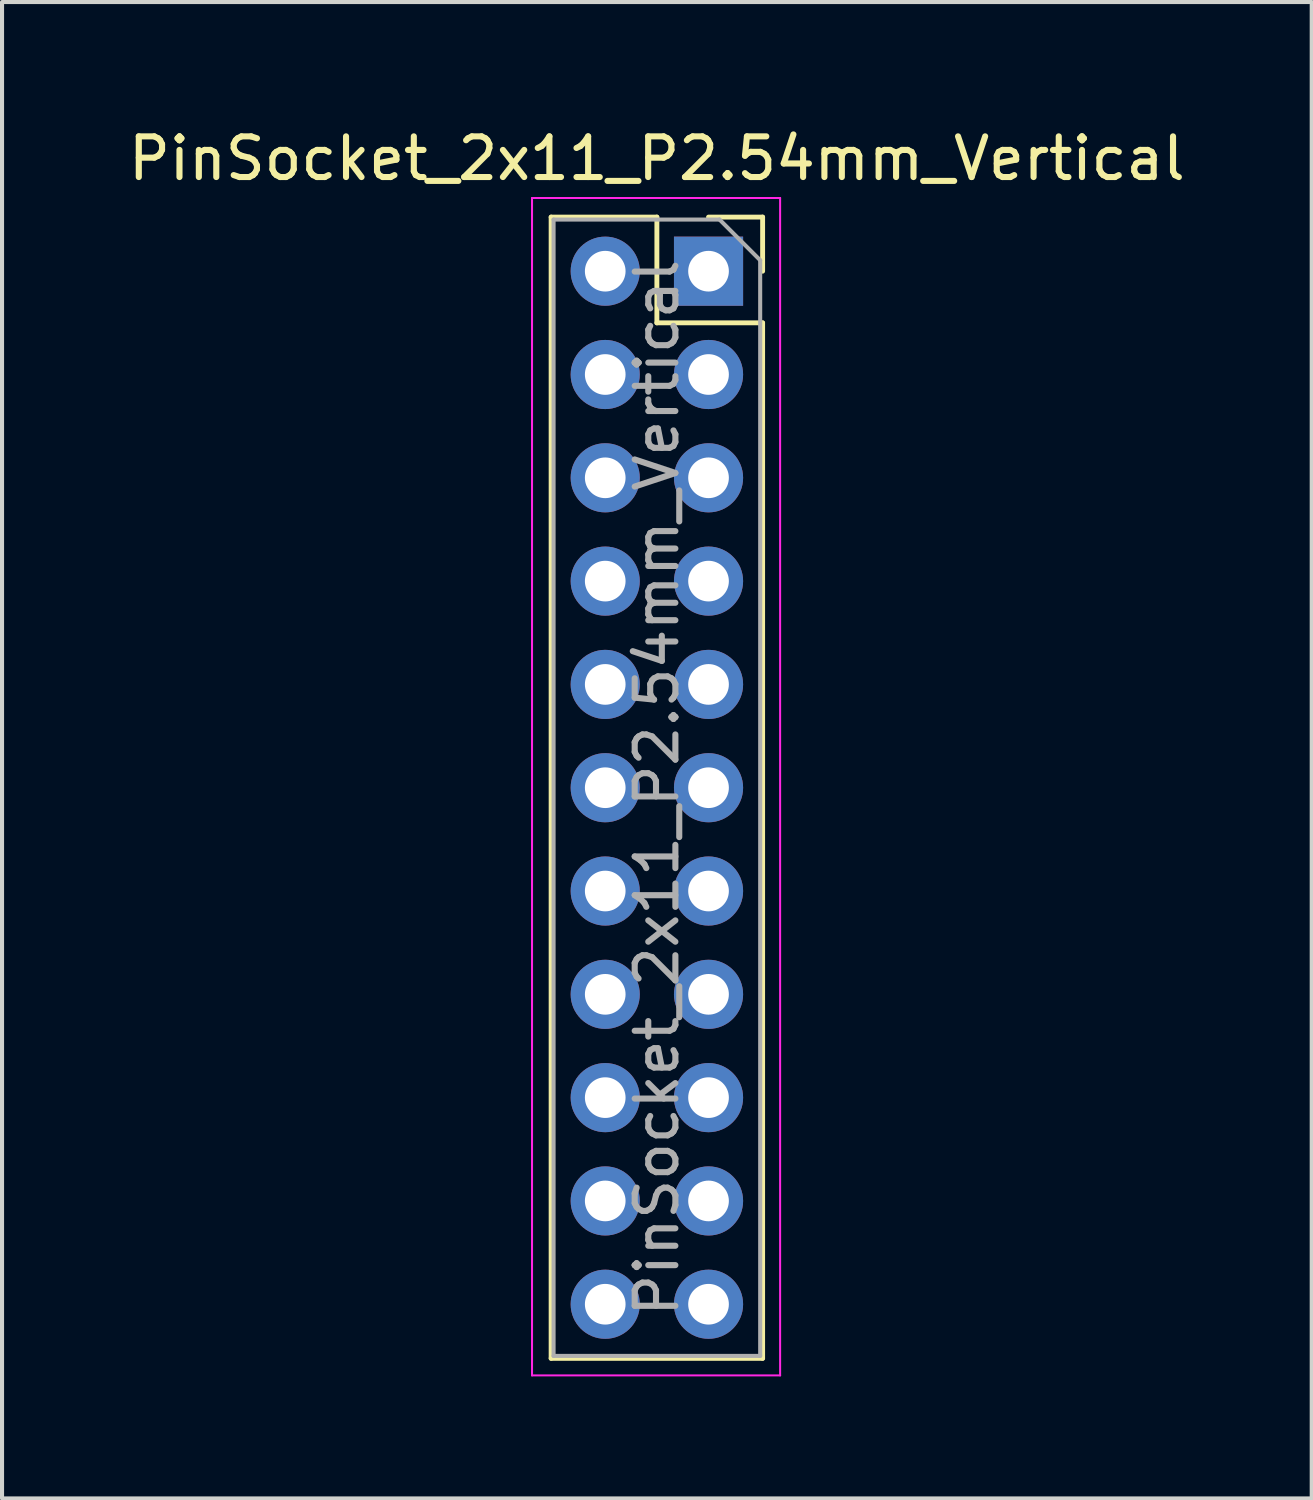
<source format=kicad_pcb>
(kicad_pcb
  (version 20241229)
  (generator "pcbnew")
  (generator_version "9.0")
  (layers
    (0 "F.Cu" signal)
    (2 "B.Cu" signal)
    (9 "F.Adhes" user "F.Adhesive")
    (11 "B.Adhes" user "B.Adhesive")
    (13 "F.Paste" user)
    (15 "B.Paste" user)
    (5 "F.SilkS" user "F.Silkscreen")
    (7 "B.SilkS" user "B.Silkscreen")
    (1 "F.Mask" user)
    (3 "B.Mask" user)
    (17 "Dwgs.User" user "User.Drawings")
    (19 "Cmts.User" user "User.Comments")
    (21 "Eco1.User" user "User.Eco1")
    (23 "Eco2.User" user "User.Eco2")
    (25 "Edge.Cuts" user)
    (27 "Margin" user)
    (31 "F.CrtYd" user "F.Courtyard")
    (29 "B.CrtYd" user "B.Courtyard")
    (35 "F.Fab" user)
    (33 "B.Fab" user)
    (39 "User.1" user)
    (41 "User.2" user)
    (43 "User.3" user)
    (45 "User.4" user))
  (footprint "PinSocket_2x11_P2.54mm_Vertical"
    (layer "F.Cu")
    (at 14.371 3.618)
    (property "Reference" "PinSocket_2x11_P2.54mm_Vertical" (at -1.27 -2.77 0) (layer "F.SilkS") (effects (font (size 1 1) (thickness 0.15))))
    (attr through_hole)
    (fp_line (start -3.87 -1.33) (end -3.87 26.73) (stroke (width 0.12) (type solid)) (layer "F.SilkS"))
    (fp_line (start -3.87 -1.33) (end -1.27 -1.33) (stroke (width 0.12) (type solid)) (layer "F.SilkS"))
    (fp_line (start -3.87 26.73) (end 1.33 26.73) (stroke (width 0.12) (type solid)) (layer "F.SilkS"))
    (fp_line (start -1.27 -1.33) (end -1.27 1.27) (stroke (width 0.12) (type solid)) (layer "F.SilkS"))
    (fp_line (start -1.27 1.27) (end 1.33 1.27) (stroke (width 0.12) (type solid)) (layer "F.SilkS"))
    (fp_line (start 0 -1.33) (end 1.33 -1.33) (stroke (width 0.12) (type solid)) (layer "F.SilkS"))
    (fp_line (start 1.33 -1.33) (end 1.33 0) (stroke (width 0.12) (type solid)) (layer "F.SilkS"))
    (fp_line (start 1.33 1.27) (end 1.33 26.73) (stroke (width 0.12) (type solid)) (layer "F.SilkS"))
    (fp_line (start -4.34 -1.8) (end 1.76 -1.8) (stroke (width 0.05) (type solid)) (layer "F.CrtYd"))
    (fp_line (start -4.34 27.15) (end -4.34 -1.8) (stroke (width 0.05) (type solid)) (layer "F.CrtYd"))
    (fp_line (start 1.76 -1.8) (end 1.76 27.15) (stroke (width 0.05) (type solid)) (layer "F.CrtYd"))
    (fp_line (start 1.76 27.15) (end -4.34 27.15) (stroke (width 0.05) (type solid)) (layer "F.CrtYd"))
    (fp_line (start -3.81 -1.27) (end 0.27 -1.27) (stroke (width 0.1) (type solid)) (layer "F.Fab"))
    (fp_line (start -3.81 26.67) (end -3.81 -1.27) (stroke (width 0.1) (type solid)) (layer "F.Fab"))
    (fp_line (start 0.27 -1.27) (end 1.27 -0.27) (stroke (width 0.1) (type solid)) (layer "F.Fab"))
    (fp_line (start 1.27 -0.27) (end 1.27 26.67) (stroke (width 0.1) (type solid)) (layer "F.Fab"))
    (fp_line (start 1.27 26.67) (end -3.81 26.67) (stroke (width 0.1) (type solid)) (layer "F.Fab"))
    (fp_text user "${REFERENCE}" (at -1.27 12.7 90) (layer "F.Fab") (effects (font (size 1 1) (thickness 0.15))))
    (pad "1" thru_hole rect (at 0 0) (size 1.7 1.7) (drill 1) (layers "*.Cu" "*.Mask"))
    (pad "2" thru_hole oval (at -2.54 0) (size 1.7 1.7) (drill 1) (layers "*.Cu" "*.Mask"))
    (pad "3" thru_hole oval (at 0 2.54) (size 1.7 1.7) (drill 1) (layers "*.Cu" "*.Mask"))
    (pad "4" thru_hole oval (at -2.54 2.54) (size 1.7 1.7) (drill 1) (layers "*.Cu" "*.Mask"))
    (pad "5" thru_hole oval (at 0 5.08) (size 1.7 1.7) (drill 1) (layers "*.Cu" "*.Mask"))
    (pad "6" thru_hole oval (at -2.54 5.08) (size 1.7 1.7) (drill 1) (layers "*.Cu" "*.Mask"))
    (pad "7" thru_hole oval (at 0 7.62) (size 1.7 1.7) (drill 1) (layers "*.Cu" "*.Mask"))
    (pad "8" thru_hole oval (at -2.54 7.62) (size 1.7 1.7) (drill 1) (layers "*.Cu" "*.Mask"))
    (pad "9" thru_hole oval (at 0 10.16) (size 1.7 1.7) (drill 1) (layers "*.Cu" "*.Mask"))
    (pad "10" thru_hole oval (at -2.54 10.16) (size 1.7 1.7) (drill 1) (layers "*.Cu" "*.Mask"))
    (pad "11" thru_hole oval (at 0 12.7) (size 1.7 1.7) (drill 1) (layers "*.Cu" "*.Mask"))
    (pad "12" thru_hole oval (at -2.54 12.7) (size 1.7 1.7) (drill 1) (layers "*.Cu" "*.Mask"))
    (pad "13" thru_hole oval (at 0 15.24) (size 1.7 1.7) (drill 1) (layers "*.Cu" "*.Mask"))
    (pad "14" thru_hole oval (at -2.54 15.24) (size 1.7 1.7) (drill 1) (layers "*.Cu" "*.Mask"))
    (pad "15" thru_hole oval (at 0 17.78) (size 1.7 1.7) (drill 1) (layers "*.Cu" "*.Mask"))
    (pad "16" thru_hole oval (at -2.54 17.78) (size 1.7 1.7) (drill 1) (layers "*.Cu" "*.Mask"))
    (pad "17" thru_hole oval (at 0 20.32) (size 1.7 1.7) (drill 1) (layers "*.Cu" "*.Mask"))
    (pad "18" thru_hole oval (at -2.54 20.32) (size 1.7 1.7) (drill 1) (layers "*.Cu" "*.Mask"))
    (pad "19" thru_hole oval (at 0 22.86) (size 1.7 1.7) (drill 1) (layers "*.Cu" "*.Mask"))
    (pad "20" thru_hole oval (at -2.54 22.86) (size 1.7 1.7) (drill 1) (layers "*.Cu" "*.Mask"))
    (pad "21" thru_hole oval (at 0 25.4) (size 1.7 1.7) (drill 1) (layers "*.Cu" "*.Mask"))
    (pad "22" thru_hole oval (at -2.54 25.4) (size 1.7 1.7) (drill 1) (layers "*.Cu" "*.Mask")))
  (gr_rect
    (start -3 -3)
    (end 29.202 33.793)
    (stroke (width 0.1) (type default))
    (fill no)
    (layer "Edge.Cuts")))
</source>
